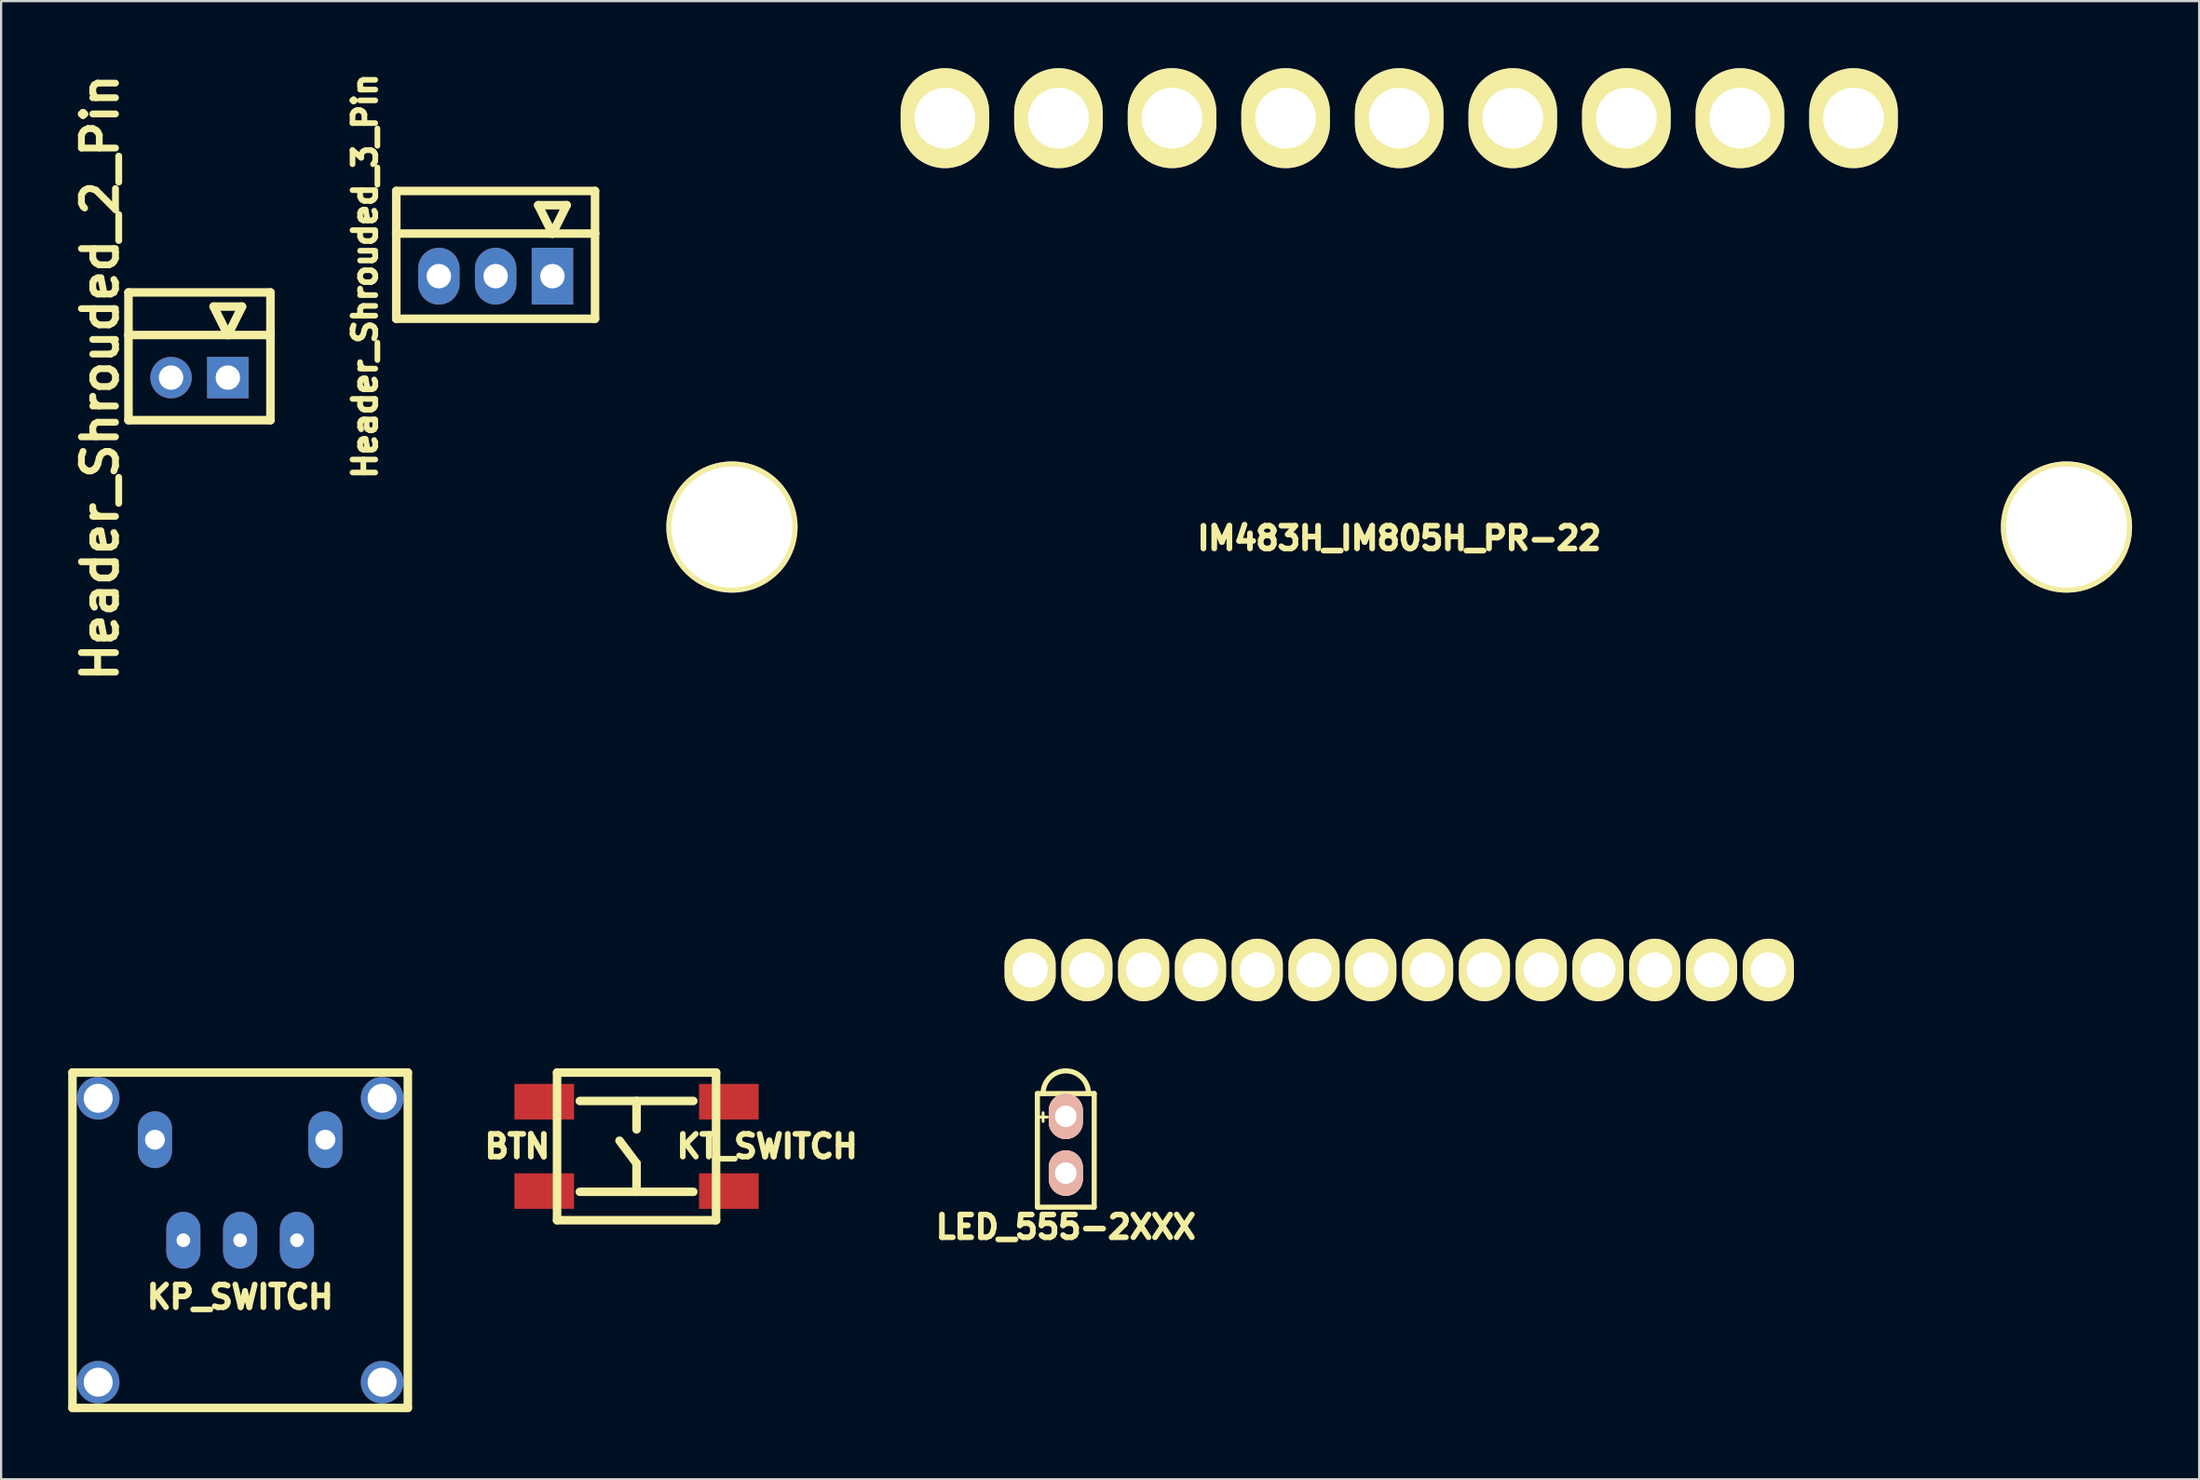
<source format=kicad_pcb>
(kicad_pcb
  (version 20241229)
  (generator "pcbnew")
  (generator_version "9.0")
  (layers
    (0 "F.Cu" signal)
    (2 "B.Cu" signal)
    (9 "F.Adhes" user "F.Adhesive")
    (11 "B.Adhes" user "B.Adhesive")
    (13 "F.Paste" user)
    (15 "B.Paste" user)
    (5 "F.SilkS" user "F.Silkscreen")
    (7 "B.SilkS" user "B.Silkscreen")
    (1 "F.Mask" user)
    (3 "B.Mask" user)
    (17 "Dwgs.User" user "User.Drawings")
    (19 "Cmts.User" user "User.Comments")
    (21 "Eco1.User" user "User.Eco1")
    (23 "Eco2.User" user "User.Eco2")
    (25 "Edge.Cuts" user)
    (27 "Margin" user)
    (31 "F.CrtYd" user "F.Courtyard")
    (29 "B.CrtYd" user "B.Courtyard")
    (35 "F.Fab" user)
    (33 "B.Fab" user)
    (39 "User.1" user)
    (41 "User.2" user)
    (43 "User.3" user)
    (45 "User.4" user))
  (footprint "IM483H_IM805H_PR-22"
    (layer "F.Cu")
    (at 59.533 20.523)
    (property "Reference" "IM483H_IM805H_PR-22" (at 0 0.5 0) (layer "F.SilkS") (effects (font (size 1.016 1.016) (thickness 0.254))))
    (attr through_hole)
    (pad "" np_thru_hole circle (at -29.845 0) (size 5.867 5.867) (drill 5.41) (layers "*.Cu" "*.Mask" "F.SilkS"))
    (pad "" np_thru_hole circle (at 29.845 0) (size 5.867 5.867) (drill 5.41) (layers "*.Cu" "*.Mask" "F.SilkS"))
    (pad "1_1" thru_hole oval (at 16.51 19.812) (size 2.286 2.794) (drill 1.575) (layers "*.Cu" "*.Mask" "F.SilkS"))
    (pad "1_2" thru_hole oval (at 13.97 19.812) (size 2.286 2.794) (drill 1.575) (layers "*.Cu" "*.Mask" "F.SilkS"))
    (pad "1_3" thru_hole oval (at 11.43 19.812) (size 2.286 2.794) (drill 1.575) (layers "*.Cu" "*.Mask" "F.SilkS"))
    (pad "1_4" thru_hole oval (at 8.89 19.812) (size 2.286 2.794) (drill 1.575) (layers "*.Cu" "*.Mask" "F.SilkS"))
    (pad "1_5" thru_hole oval (at 6.35 19.812) (size 2.286 2.794) (drill 1.575) (layers "*.Cu" "*.Mask" "F.SilkS"))
    (pad "1_6" thru_hole oval (at 3.81 19.812) (size 2.286 2.794) (drill 1.575) (layers "*.Cu" "*.Mask" "F.SilkS"))
    (pad "1_7" thru_hole oval (at 1.27 19.812) (size 2.286 2.794) (drill 1.575) (layers "*.Cu" "*.Mask" "F.SilkS"))
    (pad "1_8" thru_hole oval (at -1.27 19.812) (size 2.286 2.794) (drill 1.575) (layers "*.Cu" "*.Mask" "F.SilkS"))
    (pad "1_9" thru_hole oval (at -3.81 19.812) (size 2.286 2.794) (drill 1.575) (layers "*.Cu" "*.Mask" "F.SilkS"))
    (pad "1_10" thru_hole oval (at -6.35 19.812) (size 2.286 2.794) (drill 1.575) (layers "*.Cu" "*.Mask" "F.SilkS"))
    (pad "1_11" thru_hole oval (at -8.89 19.812) (size 2.286 2.794) (drill 1.575) (layers "*.Cu" "*.Mask" "F.SilkS"))
    (pad "1_12" thru_hole oval (at -11.43 19.812) (size 2.286 2.794) (drill 1.575) (layers "*.Cu" "*.Mask" "F.SilkS"))
    (pad "1_13" thru_hole oval (at -13.97 19.812) (size 2.286 2.794) (drill 1.575) (layers "*.Cu" "*.Mask" "F.SilkS"))
    (pad "1_14" thru_hole oval (at -16.51 19.812) (size 2.286 2.794) (drill 1.575) (layers "*.Cu" "*.Mask" "F.SilkS"))
    (pad "2_1" thru_hole oval (at -20.32 -18.288) (size 3.962 4.47) (drill 2.718) (layers "*.Cu" "*.Mask" "F.SilkS"))
    (pad "2_2" thru_hole oval (at -15.24 -18.288) (size 3.962 4.47) (drill 2.718) (layers "*.Cu" "*.Mask" "F.SilkS"))
    (pad "2_3" thru_hole oval (at -10.16 -18.288) (size 3.962 4.47) (drill 2.718) (layers "*.Cu" "*.Mask" "F.SilkS"))
    (pad "2_4" thru_hole oval (at -5.08 -18.288) (size 3.962 4.47) (drill 2.718) (layers "*.Cu" "*.Mask" "F.SilkS"))
    (pad "2_5" thru_hole oval (at 0 -18.288) (size 3.962 4.47) (drill 2.718) (layers "*.Cu" "*.Mask" "F.SilkS"))
    (pad "2_6" thru_hole oval (at 5.08 -18.288) (size 3.962 4.47) (drill 2.718) (layers "*.Cu" "*.Mask" "F.SilkS"))
    (pad "2_7" thru_hole oval (at 10.16 -18.288) (size 3.962 4.47) (drill 2.718) (layers "*.Cu" "*.Mask" "F.SilkS"))
    (pad "2_8" thru_hole oval (at 15.24 -18.288) (size 3.962 4.47) (drill 2.718) (layers "*.Cu" "*.Mask" "F.SilkS"))
    (pad "2_9" thru_hole oval (at 20.32 -18.288) (size 3.962 4.47) (drill 2.718) (layers "*.Cu" "*.Mask" "F.SilkS")))
  (footprint "KP_SWITCH"
    (layer "F.Cu")
    (at 7.691 52.423)
    (property "Reference" "KP_SWITCH" (at 0 2.54 0) (layer "F.SilkS") (effects (font (size 1.016 1.016) (thickness 0.254))))
    (attr through_hole)
    (fp_line (start -7.5 -7.5) (end -7.5 7.5) (stroke (width 0.381) (type solid)) (layer "F.SilkS"))
    (fp_line (start -7.5 7.5) (end 7.5 7.5) (stroke (width 0.381) (type solid)) (layer "F.SilkS"))
    (fp_line (start 7.5 -7.5) (end -7.5 -7.5) (stroke (width 0.381) (type solid)) (layer "F.SilkS"))
    (fp_line (start 7.5 7.5) (end 7.5 -7.5) (stroke (width 0.381) (type solid)) (layer "F.SilkS"))
    (pad "" thru_hole circle (at -6.35 -6.35) (size 1.905 1.905) (drill 1.295) (layers "*.Cu" "*.Mask"))
    (pad "" thru_hole circle (at -6.35 6.35) (size 1.905 1.905) (drill 1.295) (layers "*.Cu" "*.Mask"))
    (pad "" thru_hole circle (at 6.35 -6.35) (size 1.905 1.905) (drill 1.295) (layers "*.Cu" "*.Mask"))
    (pad "" thru_hole circle (at 6.35 6.35) (size 1.905 1.905) (drill 1.295) (layers "*.Cu" "*.Mask"))
    (pad "1" thru_hole oval (at -3.81 -4.496) (size 1.524 2.54) (drill 0.889) (layers "*.Cu" "*.Mask"))
    (pad "1a" thru_hole oval (at 3.81 -4.496) (size 1.524 2.54) (drill 0.889) (layers "*.Cu" "*.Mask"))
    (pad "COM" thru_hole oval (at 0 0) (size 1.524 2.54) (drill 0.61) (layers "*.Cu" "*.Mask"))
    (pad "L1" thru_hole oval (at -2.54 0) (size 1.524 2.54) (drill 0.61) (layers "*.Cu" "*.Mask"))
    (pad "L2" thru_hole oval (at 2.54 0) (size 1.524 2.54) (drill 0.61) (layers "*.Cu" "*.Mask")))
  (footprint "Header_Shrouded_3_Pin"
    (layer "F.Cu")
    (at 19.119 9.302)
    (property "Reference" "Header_Shrouded_3_Pin" (at -5.842 0 90) (layer "F.SilkS") (effects (font (size 1.016 1.016) (thickness 0.254))))
    (attr through_hole)
    (fp_line (start -4.445 -3.81) (end -4.445 -1.905) (stroke (width 0.381) (type solid)) (layer "F.SilkS"))
    (fp_line (start -4.445 -3.81) (end 4.445 -3.81) (stroke (width 0.381) (type solid)) (layer "F.SilkS"))
    (fp_line (start -4.445 -1.905) (end -4.445 1.905) (stroke (width 0.381) (type solid)) (layer "F.SilkS"))
    (fp_line (start -4.445 1.905) (end 4.445 1.905) (stroke (width 0.381) (type solid)) (layer "F.SilkS"))
    (fp_line (start 1.905 -3.175) (end 2.54 -1.905) (stroke (width 0.381) (type solid)) (layer "F.SilkS"))
    (fp_line (start 2.54 -1.905) (end 3.175 -3.175) (stroke (width 0.381) (type solid)) (layer "F.SilkS"))
    (fp_line (start 3.175 -3.175) (end 1.905 -3.175) (stroke (width 0.381) (type solid)) (layer "F.SilkS"))
    (fp_line (start 4.445 -3.81) (end 4.445 -1.905) (stroke (width 0.381) (type solid)) (layer "F.SilkS"))
    (fp_line (start 4.445 -1.905) (end -4.445 -1.905) (stroke (width 0.381) (type solid)) (layer "F.SilkS"))
    (fp_line (start 4.445 1.905) (end 4.445 -1.905) (stroke (width 0.381) (type solid)) (layer "F.SilkS"))
    (pad "1" thru_hole rect (at 2.54 0) (size 1.854 2.54) (drill 1.092) (layers "*.Cu" "*.Mask"))
    (pad "2" thru_hole oval (at 0 0) (size 1.854 2.54) (drill 1.092) (layers "*.Cu" "*.Mask"))
    (pad "3" thru_hole oval (at -2.54 0) (size 1.854 2.54) (drill 1.092) (layers "*.Cu" "*.Mask")))
  (footprint "Header_Shrouded_2_Pin"
    (layer "F.Cu")
    (at 5.871 13.839)
    (property "Reference" "Header_Shrouded_2_Pin" (at -4.445 0 90) (layer "F.SilkS") (effects (font (size 1.524 1.524) (thickness 0.305))))
    (attr through_hole)
    (fp_line (start -3.175 -3.81) (end -3.175 -1.905) (stroke (width 0.381) (type solid)) (layer "F.SilkS"))
    (fp_line (start -3.175 -3.81) (end 3.175 -3.81) (stroke (width 0.381) (type solid)) (layer "F.SilkS"))
    (fp_line (start -3.175 -1.905) (end -3.175 1.905) (stroke (width 0.381) (type solid)) (layer "F.SilkS"))
    (fp_line (start -3.175 -1.905) (end 3.175 -1.905) (stroke (width 0.381) (type solid)) (layer "F.SilkS"))
    (fp_line (start -3.175 1.905) (end 3.175 1.905) (stroke (width 0.381) (type solid)) (layer "F.SilkS"))
    (fp_line (start 0.635 -3.175) (end 1.27 -1.905) (stroke (width 0.381) (type solid)) (layer "F.SilkS"))
    (fp_line (start 1.27 -1.905) (end 1.905 -3.175) (stroke (width 0.381) (type solid)) (layer "F.SilkS"))
    (fp_line (start 1.905 -3.175) (end 0.635 -3.175) (stroke (width 0.381) (type solid)) (layer "F.SilkS"))
    (fp_line (start 3.175 -3.81) (end 3.175 -1.905) (stroke (width 0.381) (type solid)) (layer "F.SilkS"))
    (fp_line (start 3.175 1.905) (end 3.175 -1.905) (stroke (width 0.381) (type solid)) (layer "F.SilkS"))
    (pad "1" thru_hole rect (at 1.27 0) (size 1.854 1.854) (drill 1.092) (layers "*.Cu" "*.Mask"))
    (pad "2" thru_hole circle (at -1.27 0) (size 1.854 1.854) (drill 1.092) (layers "*.Cu" "*.Mask")))
  (footprint "KT_SWITCH"
    (layer "F.Cu")
    (at 25.422 48.225)
    (property "Reference" "KT_SWITCH" (at 5.842 0 180) (layer "F.SilkS") (effects (font (size 1.016 1.016) (thickness 0.254))))
    (attr through_hole)
    (fp_line (start -3.556 -3.302) (end -3.556 3.302) (stroke (width 0.381) (type solid)) (layer "F.SilkS"))
    (fp_line (start -3.556 3.302) (end 3.556 3.302) (stroke (width 0.381) (type solid)) (layer "F.SilkS"))
    (fp_line (start -2.54 -2.032) (end 2.54 -2.032) (stroke (width 0.381) (type solid)) (layer "F.SilkS"))
    (fp_line (start -2.54 2.032) (end 2.54 2.032) (stroke (width 0.381) (type solid)) (layer "F.SilkS"))
    (fp_line (start 0 -2.032) (end 0 -0.762) (stroke (width 0.381) (type solid)) (layer "F.SilkS"))
    (fp_line (start 0 0.762) (end -0.762 -0.254) (stroke (width 0.381) (type solid)) (layer "F.SilkS"))
    (fp_line (start 0 2.032) (end 0 0.762) (stroke (width 0.381) (type solid)) (layer "F.SilkS"))
    (fp_line (start 3.556 -3.302) (end -3.556 -3.302) (stroke (width 0.381) (type solid)) (layer "F.SilkS"))
    (fp_line (start 3.556 3.302) (end 3.556 -3.302) (stroke (width 0.381) (type solid)) (layer "F.SilkS"))
    (fp_text user "BTN" (at -5.334 0 0) (layer "F.SilkS") (effects (font (size 1.016 1.016) (thickness 0.254))))
    (pad "1" smd rect (at -4.128 -1.999) (size 2.667 1.59) (layers "F.Cu" "F.Mask" "F.Paste"))
    (pad "2" smd rect (at 4.128 -1.999) (size 2.667 1.59) (layers "F.Cu" "F.Mask" "F.Paste"))
    (pad "3" smd rect (at -4.128 1.999) (size 2.667 1.59) (layers "F.Cu" "F.Mask" "F.Paste"))
    (pad "4" smd rect (at 4.128 1.999) (size 2.667 1.59) (layers "F.Cu" "F.Mask" "F.Paste")))
  (footprint "LED_555-2XXX"
    (layer "F.Cu")
    (at 44.62 48.403)
    (property "Reference" "LED_555-2XXX" (at 0 3.429 0) (layer "F.SilkS") (effects (font (size 1.016 1.016) (thickness 0.254))))
    (attr through_hole)
    (fp_line (start -1.27 -2.54) (end 1.27 -2.54) (stroke (width 0.229) (type solid)) (layer "F.SilkS"))
    (fp_line (start -1.27 2.54) (end -1.27 -2.54) (stroke (width 0.229) (type solid)) (layer "F.SilkS"))
    (fp_line (start 1.27 -2.54) (end 1.27 2.54) (stroke (width 0.229) (type solid)) (layer "F.SilkS"))
    (fp_line (start 1.27 2.54) (end -1.27 2.54) (stroke (width 0.229) (type solid)) (layer "F.SilkS"))
    (fp_arc (start -1.016 -2.54) (mid 0 -3.556) (end 1.016 -2.54) (stroke (width 0.2286) (type solid)) (layer "F.SilkS"))
    (fp_text user "+" (at -1.016 -1.524 0) (layer "F.SilkS") (effects (font (size 0.508 0.508) (thickness 0.127))))
    (pad "1" thru_hole oval (at 0 -1.524) (size 1.524 2.032) (drill 0.965) (layers "*.Cu" "*.SilkS" "*.Mask"))
    (pad "2" thru_hole oval (at 0 1.016) (size 1.524 2.032) (drill 0.965) (layers "*.Cu" "*.SilkS" "*.Mask")))
  (gr_rect
    (start -3 -3)
    (end 95.312 63.113)
    (stroke (width 0.1) (type default))
    (fill no)
    (layer "Edge.Cuts")))
</source>
